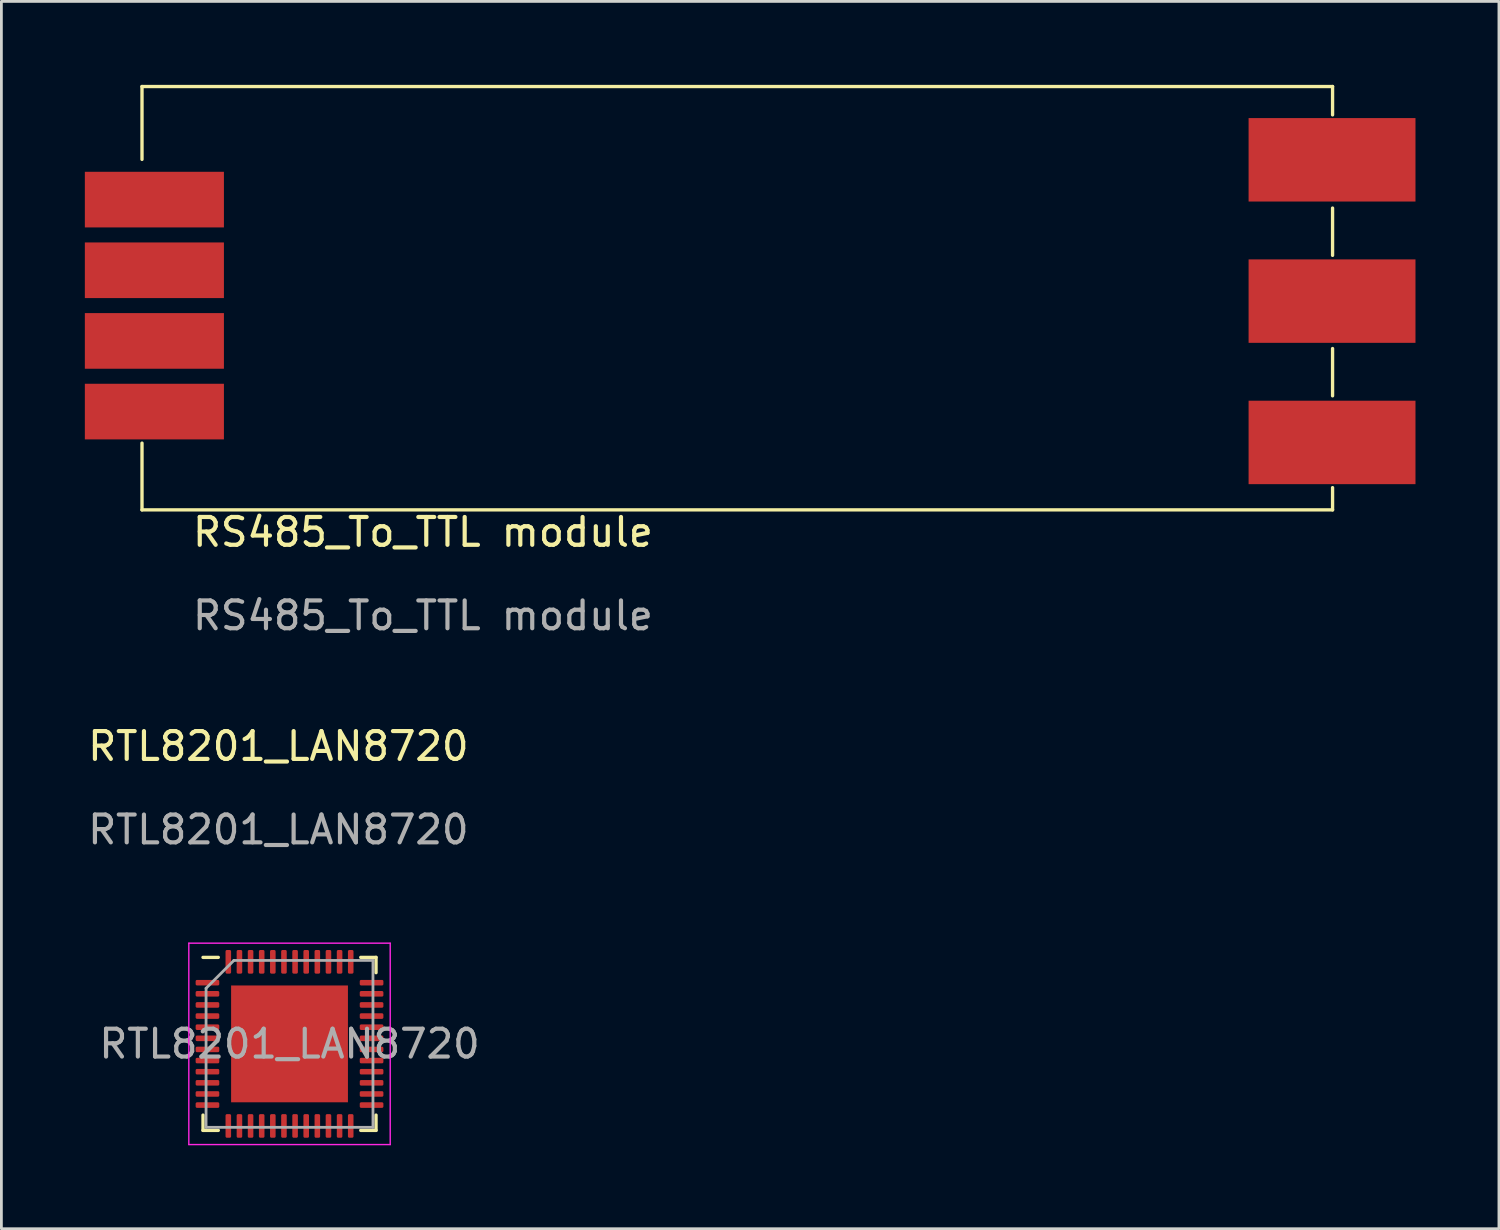
<source format=kicad_pcb>
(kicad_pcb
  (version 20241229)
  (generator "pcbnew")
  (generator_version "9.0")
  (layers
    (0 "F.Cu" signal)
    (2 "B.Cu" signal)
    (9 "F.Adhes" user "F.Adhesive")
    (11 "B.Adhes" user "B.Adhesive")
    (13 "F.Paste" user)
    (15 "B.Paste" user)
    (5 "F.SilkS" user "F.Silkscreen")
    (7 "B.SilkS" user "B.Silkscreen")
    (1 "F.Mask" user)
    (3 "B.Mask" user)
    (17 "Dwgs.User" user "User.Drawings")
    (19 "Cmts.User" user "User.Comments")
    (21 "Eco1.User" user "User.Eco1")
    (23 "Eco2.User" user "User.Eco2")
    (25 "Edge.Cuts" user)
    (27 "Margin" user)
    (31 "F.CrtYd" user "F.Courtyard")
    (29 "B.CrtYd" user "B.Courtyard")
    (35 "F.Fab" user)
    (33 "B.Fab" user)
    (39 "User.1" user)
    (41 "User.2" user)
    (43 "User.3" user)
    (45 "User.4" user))
  (footprint "RS485_To_TTL module"
    (layer "F.Cu")
    (at 24.655 8.58)
    (property "Reference" "RS485_To_TTL module" (at -12.5 7.5 0) (unlocked yes) (layer "F.SilkS") (effects (font (size 1 1) (thickness 0.15))))
    (attr through_hole)
    (fp_line (start -22.6 -8.52) (end 20.2 -8.52) (stroke (width 0.12) (type solid)) (layer "F.SilkS"))
    (fp_line (start -22.6 -5.9) (end -22.6 -8.52) (stroke (width 0.12) (type solid)) (layer "F.SilkS"))
    (fp_line (start -22.6 6.7) (end -22.6 4.3) (stroke (width 0.12) (type solid)) (layer "F.SilkS"))
    (fp_line (start 20.2 -8.52) (end 20.2 -7.5) (stroke (width 0.12) (type solid)) (layer "F.SilkS"))
    (fp_line (start 20.2 -2.45) (end 20.2 -4.15) (stroke (width 0.12) (type solid)) (layer "F.SilkS"))
    (fp_line (start 20.2 2.6) (end 20.2 0.9) (stroke (width 0.12) (type solid)) (layer "F.SilkS"))
    (fp_line (start 20.2 5.9) (end 20.2 6.7) (stroke (width 0.12) (type solid)) (layer "F.SilkS"))
    (fp_line (start 20.2 6.7) (end -22.6 6.7) (stroke (width 0.12) (type solid)) (layer "F.SilkS"))
    (fp_text user "${REFERENCE}" (at -12.5 10.5 0) (unlocked yes) (layer "F.Fab") (effects (font (size 1 1) (thickness 0.15))))
    (pad "1" smd rect (at -22.155 -4.454) (size 5 2) (layers "F.Cu" "F.Mask" "F.Paste"))
    (pad "2" smd rect (at -22.155 -1.914) (size 5 2) (layers "F.Cu" "F.Mask" "F.Paste"))
    (pad "3" smd rect (at -22.155 0.626) (size 5 2) (layers "F.Cu" "F.Mask" "F.Paste"))
    (pad "4" smd rect (at -22.155 3.166) (size 5 2) (layers "F.Cu" "F.Mask" "F.Paste"))
    (pad "5" smd rect (at 20.181 -5.885) (size 6 3) (layers "F.Cu" "F.Mask" "F.Paste"))
    (pad "6" smd rect (at 20.181 -0.805) (size 6 3) (layers "F.Cu" "F.Mask" "F.Paste"))
    (pad "7" smd rect (at 20.181 4.275) (size 6 3) (layers "F.Cu" "F.Mask" "F.Paste")))
  (footprint "RTL8201_LAN8720"
    (layer "F.Cu")
    (at 7.358 34.477)
    (property "Reference" "RTL8201_LAN8720" (at -0.4 -10.7 0) (unlocked yes) (layer "F.SilkS") (effects (font (size 1 1) (thickness 0.15))))
    (attr smd)
    (fp_line (start -3.11 3.11) (end -3.11 2.56) (stroke (width 0.12) (type solid)) (layer "F.SilkS"))
    (fp_line (start -2.56 -3.11) (end -3.11 -3.11) (stroke (width 0.12) (type solid)) (layer "F.SilkS"))
    (fp_line (start -2.56 3.11) (end -3.11 3.11) (stroke (width 0.12) (type solid)) (layer "F.SilkS"))
    (fp_line (start 2.56 -3.11) (end 3.11 -3.11) (stroke (width 0.12) (type solid)) (layer "F.SilkS"))
    (fp_line (start 2.56 3.11) (end 3.11 3.11) (stroke (width 0.12) (type solid)) (layer "F.SilkS"))
    (fp_line (start 3.11 -3.11) (end 3.11 -2.56) (stroke (width 0.12) (type solid)) (layer "F.SilkS"))
    (fp_line (start 3.11 3.11) (end 3.11 2.56) (stroke (width 0.12) (type solid)) (layer "F.SilkS"))
    (fp_line (start -3.62 -3.62) (end -3.62 3.62) (stroke (width 0.05) (type solid)) (layer "F.CrtYd"))
    (fp_line (start -3.62 3.62) (end 3.62 3.62) (stroke (width 0.05) (type solid)) (layer "F.CrtYd"))
    (fp_line (start 3.62 -3.62) (end -3.62 -3.62) (stroke (width 0.05) (type solid)) (layer "F.CrtYd"))
    (fp_line (start 3.62 3.62) (end 3.62 -3.62) (stroke (width 0.05) (type solid)) (layer "F.CrtYd"))
    (fp_line (start -3 -2) (end -2 -3) (stroke (width 0.1) (type solid)) (layer "F.Fab"))
    (fp_line (start -3 3) (end -3 -2) (stroke (width 0.1) (type solid)) (layer "F.Fab"))
    (fp_line (start -2 -3) (end 3 -3) (stroke (width 0.1) (type solid)) (layer "F.Fab"))
    (fp_line (start 3 -3) (end 3 3) (stroke (width 0.1) (type solid)) (layer "F.Fab"))
    (fp_line (start 3 3) (end -3 3) (stroke (width 0.1) (type solid)) (layer "F.Fab"))
    (fp_text user "${REFERENCE}" (at -0.4 -7.7 0) (unlocked yes) (layer "F.Fab") (effects (font (size 1 1) (thickness 0.15))))
    (fp_text user "${REFERENCE}" (at 0 0 0) (layer "F.Fab") (effects (font (size 1 1) (thickness 0.15))))
    (pad "" smd roundrect (at -1.4 -1.4) (size 1.13 1.13) (layers "F.Paste") (roundrect_rratio 0.221))
    (pad "" smd roundrect (at -1.4 0) (size 1.13 1.13) (layers "F.Paste") (roundrect_rratio 0.221))
    (pad "" smd roundrect (at -1.4 1.4) (size 1.13 1.13) (layers "F.Paste") (roundrect_rratio 0.221))
    (pad "" smd roundrect (at 0 -1.4) (size 1.13 1.13) (layers "F.Paste") (roundrect_rratio 0.221))
    (pad "" smd roundrect (at 0 0) (size 1.13 1.13) (layers "F.Paste") (roundrect_rratio 0.221))
    (pad "" smd roundrect (at 0 1.4) (size 1.13 1.13) (layers "F.Paste") (roundrect_rratio 0.221))
    (pad "" smd roundrect (at 1.4 -1.4) (size 1.13 1.13) (layers "F.Paste") (roundrect_rratio 0.221))
    (pad "" smd roundrect (at 1.4 0) (size 1.13 1.13) (layers "F.Paste") (roundrect_rratio 0.221))
    (pad "" smd roundrect (at 1.4 1.4) (size 1.13 1.13) (layers "F.Paste") (roundrect_rratio 0.221))
    (pad "1" smd roundrect (at -2.95 -2.2) (size 0.85 0.2) (layers "F.Cu" "F.Mask" "F.Paste") (roundrect_rratio 0.25))
    (pad "2" smd roundrect (at -2.95 -1.8) (size 0.85 0.2) (layers "F.Cu" "F.Mask" "F.Paste") (roundrect_rratio 0.25))
    (pad "3" smd roundrect (at -2.95 -1.4) (size 0.85 0.2) (layers "F.Cu" "F.Mask" "F.Paste") (roundrect_rratio 0.25))
    (pad "4" smd roundrect (at -2.95 -1) (size 0.85 0.2) (layers "F.Cu" "F.Mask" "F.Paste") (roundrect_rratio 0.25))
    (pad "5" smd roundrect (at -2.95 -0.6) (size 0.85 0.2) (layers "F.Cu" "F.Mask" "F.Paste") (roundrect_rratio 0.25))
    (pad "6" smd roundrect (at -2.95 -0.2) (size 0.85 0.2) (layers "F.Cu" "F.Mask" "F.Paste") (roundrect_rratio 0.25))
    (pad "7" smd roundrect (at -2.95 0.2) (size 0.85 0.2) (layers "F.Cu" "F.Mask" "F.Paste") (roundrect_rratio 0.25))
    (pad "8" smd roundrect (at -2.95 0.6) (size 0.85 0.2) (layers "F.Cu" "F.Mask" "F.Paste") (roundrect_rratio 0.25))
    (pad "9" smd roundrect (at -2.95 1) (size 0.85 0.2) (layers "F.Cu" "F.Mask" "F.Paste") (roundrect_rratio 0.25))
    (pad "10" smd roundrect (at -2.95 1.4) (size 0.85 0.2) (layers "F.Cu" "F.Mask" "F.Paste") (roundrect_rratio 0.25))
    (pad "11" smd roundrect (at -2.95 1.8) (size 0.85 0.2) (layers "F.Cu" "F.Mask" "F.Paste") (roundrect_rratio 0.25))
    (pad "12" smd roundrect (at -2.95 2.2) (size 0.85 0.2) (layers "F.Cu" "F.Mask" "F.Paste") (roundrect_rratio 0.25))
    (pad "13" smd roundrect (at -2.2 2.95) (size 0.2 0.85) (layers "F.Cu" "F.Mask" "F.Paste") (roundrect_rratio 0.25))
    (pad "14" smd roundrect (at -1.8 2.95) (size 0.2 0.85) (layers "F.Cu" "F.Mask" "F.Paste") (roundrect_rratio 0.25))
    (pad "15" smd roundrect (at -1.4 2.95) (size 0.2 0.85) (layers "F.Cu" "F.Mask" "F.Paste") (roundrect_rratio 0.25))
    (pad "16" smd roundrect (at -1 2.95) (size 0.2 0.85) (layers "F.Cu" "F.Mask" "F.Paste") (roundrect_rratio 0.25))
    (pad "17" smd roundrect (at -0.6 2.95) (size 0.2 0.85) (layers "F.Cu" "F.Mask" "F.Paste") (roundrect_rratio 0.25))
    (pad "18" smd roundrect (at -0.2 2.95) (size 0.2 0.85) (layers "F.Cu" "F.Mask" "F.Paste") (roundrect_rratio 0.25))
    (pad "19" smd roundrect (at 0.2 2.95) (size 0.2 0.85) (layers "F.Cu" "F.Mask" "F.Paste") (roundrect_rratio 0.25))
    (pad "20" smd roundrect (at 0.6 2.95) (size 0.2 0.85) (layers "F.Cu" "F.Mask" "F.Paste") (roundrect_rratio 0.25))
    (pad "21" smd roundrect (at 1 2.95) (size 0.2 0.85) (layers "F.Cu" "F.Mask" "F.Paste") (roundrect_rratio 0.25))
    (pad "22" smd roundrect (at 1.4 2.95) (size 0.2 0.85) (layers "F.Cu" "F.Mask" "F.Paste") (roundrect_rratio 0.25))
    (pad "23" smd roundrect (at 1.8 2.95) (size 0.2 0.85) (layers "F.Cu" "F.Mask" "F.Paste") (roundrect_rratio 0.25))
    (pad "24" smd roundrect (at 2.2 2.95) (size 0.2 0.85) (layers "F.Cu" "F.Mask" "F.Paste") (roundrect_rratio 0.25))
    (pad "25" smd roundrect (at 2.95 2.2) (size 0.85 0.2) (layers "F.Cu" "F.Mask" "F.Paste") (roundrect_rratio 0.25))
    (pad "26" smd roundrect (at 2.95 1.8) (size 0.85 0.2) (layers "F.Cu" "F.Mask" "F.Paste") (roundrect_rratio 0.25))
    (pad "27" smd roundrect (at 2.95 1.4) (size 0.85 0.2) (layers "F.Cu" "F.Mask" "F.Paste") (roundrect_rratio 0.25))
    (pad "28" smd roundrect (at 2.95 1) (size 0.85 0.2) (layers "F.Cu" "F.Mask" "F.Paste") (roundrect_rratio 0.25))
    (pad "29" smd roundrect (at 2.95 0.6) (size 0.85 0.2) (layers "F.Cu" "F.Mask" "F.Paste") (roundrect_rratio 0.25))
    (pad "30" smd roundrect (at 2.95 0.2) (size 0.85 0.2) (layers "F.Cu" "F.Mask" "F.Paste") (roundrect_rratio 0.25))
    (pad "31" smd roundrect (at 2.95 -0.2) (size 0.85 0.2) (layers "F.Cu" "F.Mask" "F.Paste") (roundrect_rratio 0.25))
    (pad "32" smd roundrect (at 2.95 -0.6) (size 0.85 0.2) (layers "F.Cu" "F.Mask" "F.Paste") (roundrect_rratio 0.25))
    (pad "33" smd roundrect (at 2.95 -1) (size 0.85 0.2) (layers "F.Cu" "F.Mask" "F.Paste") (roundrect_rratio 0.25))
    (pad "34" smd roundrect (at 2.95 -1.4) (size 0.85 0.2) (layers "F.Cu" "F.Mask" "F.Paste") (roundrect_rratio 0.25))
    (pad "35" smd roundrect (at 2.95 -1.8) (size 0.85 0.2) (layers "F.Cu" "F.Mask" "F.Paste") (roundrect_rratio 0.25))
    (pad "36" smd roundrect (at 2.95 -2.2) (size 0.85 0.2) (layers "F.Cu" "F.Mask" "F.Paste") (roundrect_rratio 0.25))
    (pad "37" smd roundrect (at 2.2 -2.95) (size 0.2 0.85) (layers "F.Cu" "F.Mask" "F.Paste") (roundrect_rratio 0.25))
    (pad "38" smd roundrect (at 1.8 -2.95) (size 0.2 0.85) (layers "F.Cu" "F.Mask" "F.Paste") (roundrect_rratio 0.25))
    (pad "39" smd roundrect (at 1.4 -2.95) (size 0.2 0.85) (layers "F.Cu" "F.Mask" "F.Paste") (roundrect_rratio 0.25))
    (pad "40" smd roundrect (at 1 -2.95) (size 0.2 0.85) (layers "F.Cu" "F.Mask" "F.Paste") (roundrect_rratio 0.25))
    (pad "41" smd roundrect (at 0.6 -2.95) (size 0.2 0.85) (layers "F.Cu" "F.Mask" "F.Paste") (roundrect_rratio 0.25))
    (pad "42" smd roundrect (at 0.2 -2.95) (size 0.2 0.85) (layers "F.Cu" "F.Mask" "F.Paste") (roundrect_rratio 0.25))
    (pad "43" smd roundrect (at -0.2 -2.95) (size 0.2 0.85) (layers "F.Cu" "F.Mask" "F.Paste") (roundrect_rratio 0.25))
    (pad "44" smd roundrect (at -0.6 -2.95) (size 0.2 0.85) (layers "F.Cu" "F.Mask" "F.Paste") (roundrect_rratio 0.25))
    (pad "45" smd roundrect (at -1 -2.95) (size 0.2 0.85) (layers "F.Cu" "F.Mask" "F.Paste") (roundrect_rratio 0.25))
    (pad "46" smd roundrect (at -1.4 -2.95) (size 0.2 0.85) (layers "F.Cu" "F.Mask" "F.Paste") (roundrect_rratio 0.25))
    (pad "47" smd roundrect (at -1.8 -2.95) (size 0.2 0.85) (layers "F.Cu" "F.Mask" "F.Paste") (roundrect_rratio 0.25))
    (pad "48" smd roundrect (at -2.2 -2.95) (size 0.2 0.85) (layers "F.Cu" "F.Mask" "F.Paste") (roundrect_rratio 0.25))
    (pad "49" smd rect (at 0 0) (size 4.2 4.2) (layers "F.Cu" "F.Mask")))
  (gr_rect
    (start -3 -3)
    (end 50.836 41.121)
    (stroke (width 0.1) (type default))
    (fill no)
    (layer "Edge.Cuts")))
</source>
